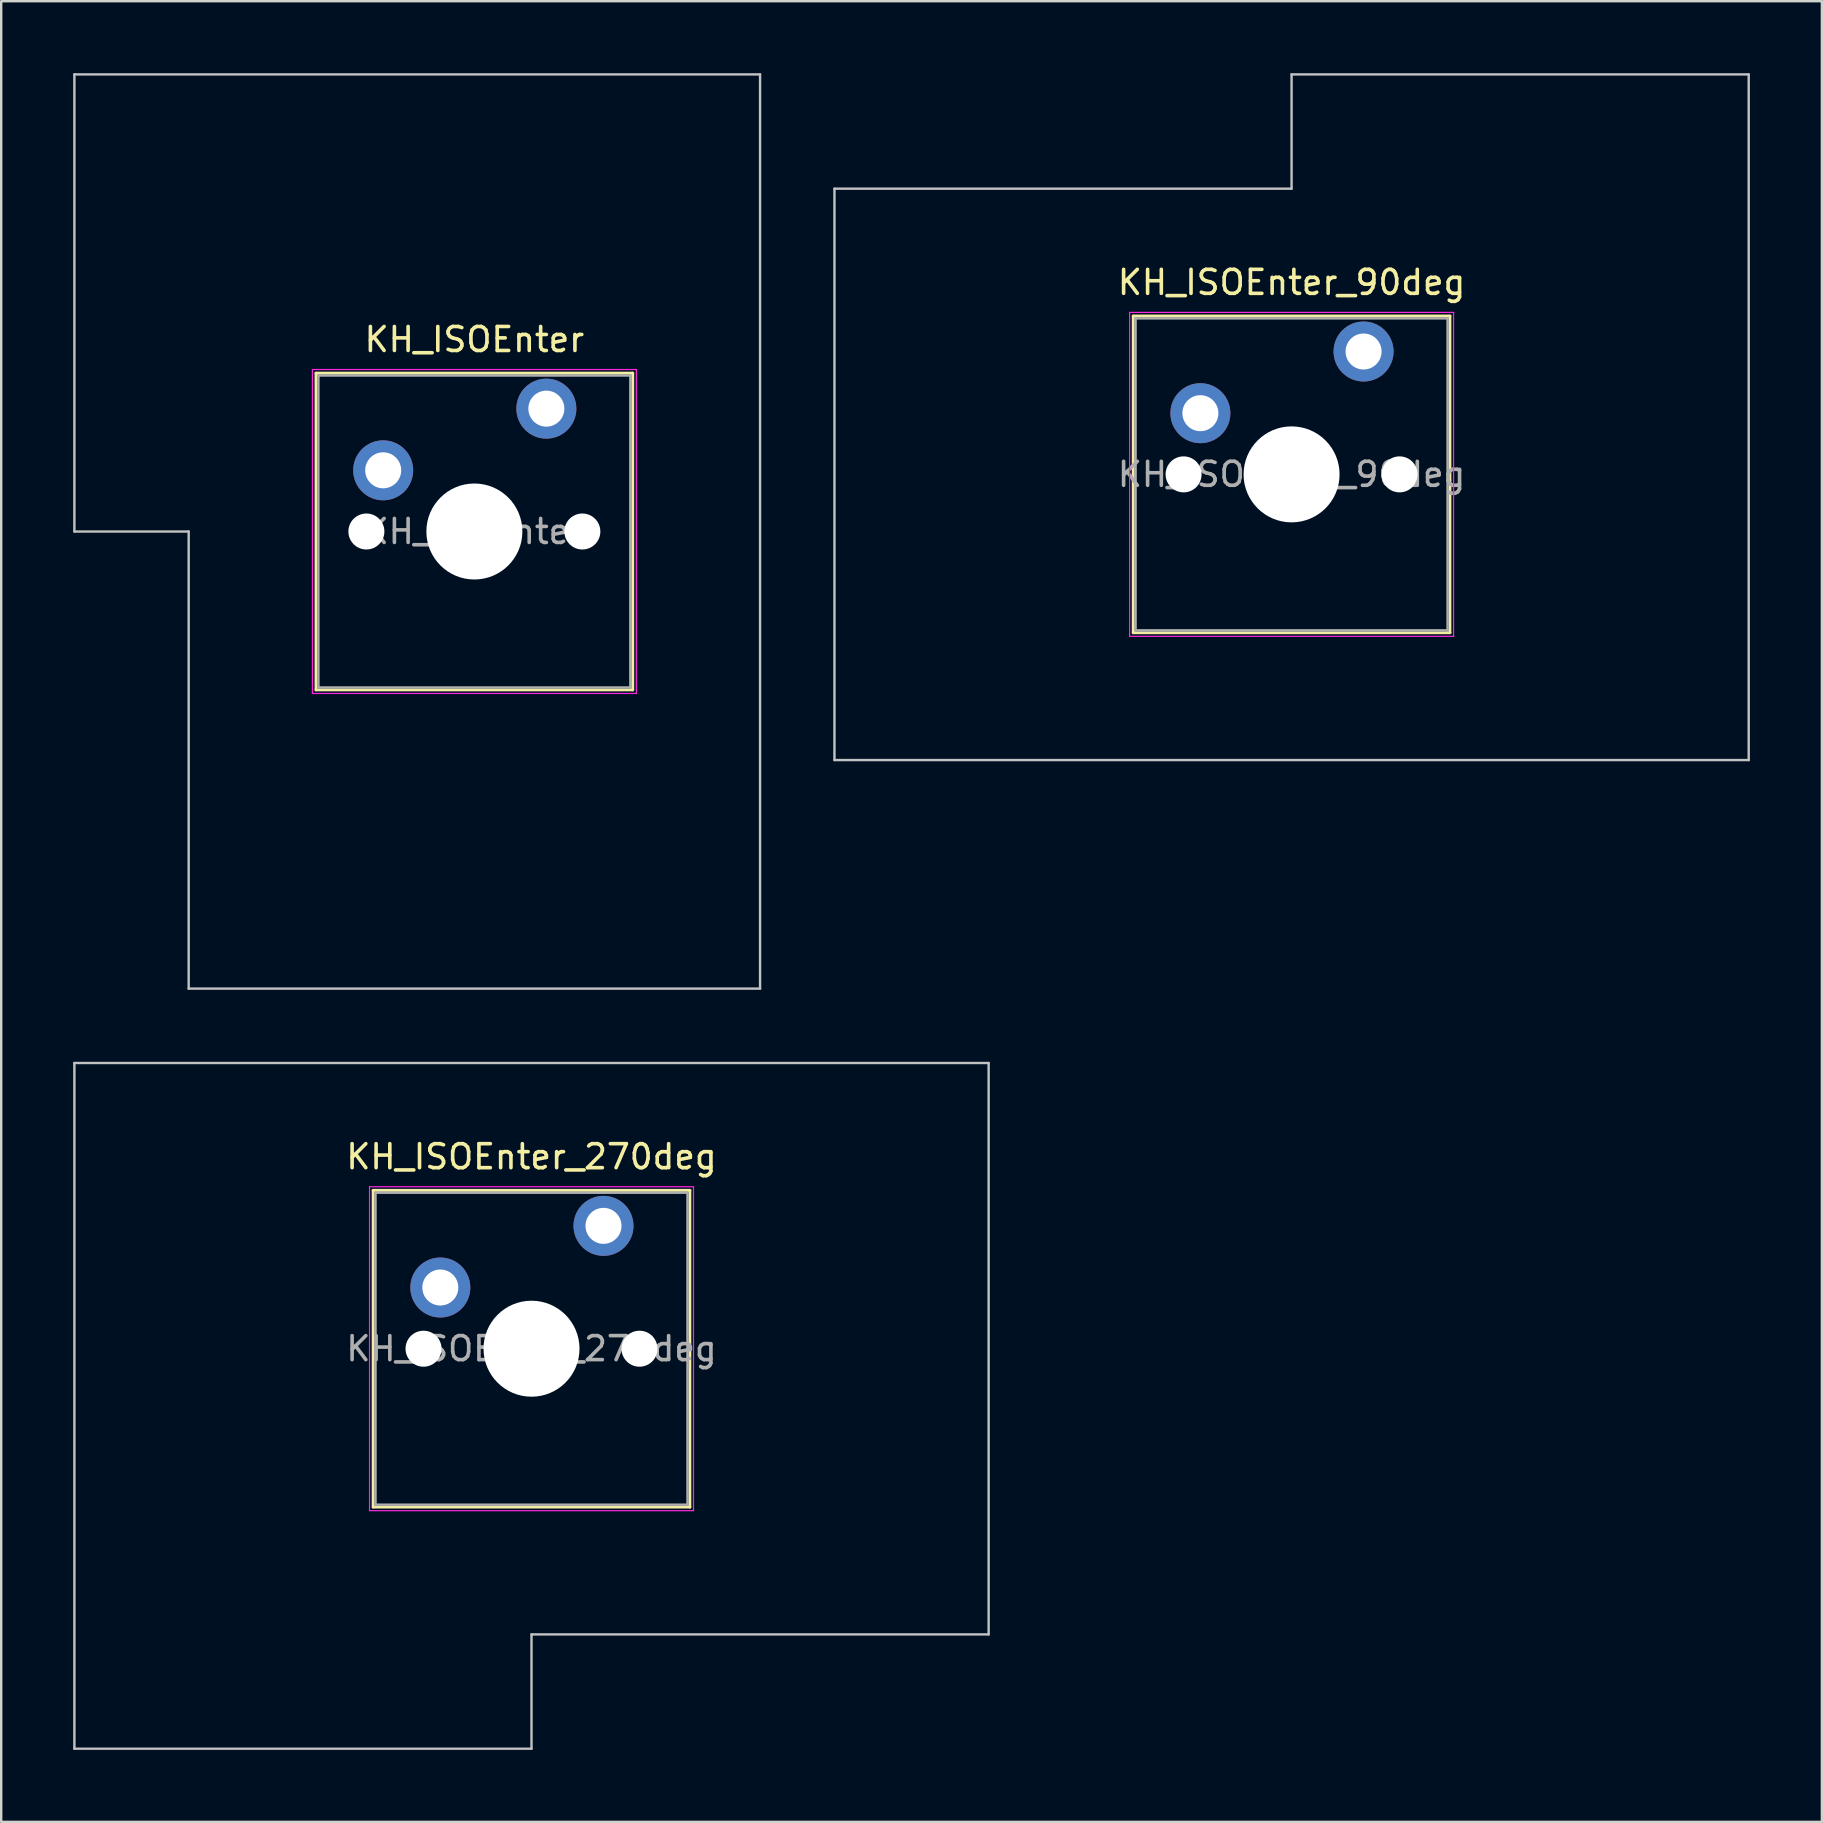
<source format=kicad_pcb>
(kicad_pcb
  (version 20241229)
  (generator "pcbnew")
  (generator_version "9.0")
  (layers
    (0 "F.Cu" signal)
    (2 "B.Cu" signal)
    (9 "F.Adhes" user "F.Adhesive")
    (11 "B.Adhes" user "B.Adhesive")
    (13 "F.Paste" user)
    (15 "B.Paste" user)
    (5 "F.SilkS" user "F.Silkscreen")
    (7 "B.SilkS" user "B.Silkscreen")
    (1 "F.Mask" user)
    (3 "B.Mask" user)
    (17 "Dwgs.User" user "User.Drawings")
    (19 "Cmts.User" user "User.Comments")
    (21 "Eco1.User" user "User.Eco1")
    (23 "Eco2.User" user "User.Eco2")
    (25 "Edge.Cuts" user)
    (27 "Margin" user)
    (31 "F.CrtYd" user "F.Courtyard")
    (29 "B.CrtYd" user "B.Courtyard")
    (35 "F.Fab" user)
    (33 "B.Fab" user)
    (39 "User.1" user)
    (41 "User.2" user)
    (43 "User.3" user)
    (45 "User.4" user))
  (footprint "KH_ISOEnter_90deg"
    (layer "F.Cu")
    (at 50.775 16.719)
    (property "Reference" "KH_ISOEnter_90deg" (at 0 -8 0) (layer "F.SilkS") (effects (font (size 1 1) (thickness 0.15))))
    (attr through_hole)
    (fp_line (start -6.6 -6.6) (end -6.6 6.6) (stroke (width 0.12) (type solid)) (layer "F.SilkS"))
    (fp_line (start -6.6 6.6) (end 6.6 6.6) (stroke (width 0.12) (type solid)) (layer "F.SilkS"))
    (fp_line (start 6.6 -6.6) (end -6.6 -6.6) (stroke (width 0.12) (type solid)) (layer "F.SilkS"))
    (fp_line (start 6.6 6.6) (end 6.6 -6.6) (stroke (width 0.12) (type solid)) (layer "F.SilkS"))
    (fp_line (start -19.05 -11.906) (end -19.05 11.906) (stroke (width 0.1) (type solid)) (layer "Dwgs.User"))
    (fp_line (start -19.05 11.906) (end 19.05 11.906) (stroke (width 0.1) (type solid)) (layer "Dwgs.User"))
    (fp_line (start 0 -16.669) (end 0 -11.906) (stroke (width 0.1) (type solid)) (layer "Dwgs.User"))
    (fp_line (start 0 -11.906) (end -19.05 -11.906) (stroke (width 0.1) (type solid)) (layer "Dwgs.User"))
    (fp_line (start 19.05 -16.669) (end 0 -16.669) (stroke (width 0.1) (type solid)) (layer "Dwgs.User"))
    (fp_line (start 19.05 11.906) (end 19.05 -16.669) (stroke (width 0.1) (type solid)) (layer "Dwgs.User"))
    (fp_line (start -6.1 -6.1) (end -6.1 6.1) (stroke (width 0.1) (type solid)) (layer "Eco1.User"))
    (fp_line (start -6.1 6.1) (end 6.1 6.1) (stroke (width 0.1) (type solid)) (layer "Eco1.User"))
    (fp_line (start 6.1 -6.1) (end -6.1 -6.1) (stroke (width 0.1) (type solid)) (layer "Eco1.User"))
    (fp_line (start 6.1 6.1) (end 6.1 -6.1) (stroke (width 0.1) (type solid)) (layer "Eco1.User"))
    (fp_line (start -6.75 -6.75) (end -6.75 6.75) (stroke (width 0.05) (type solid)) (layer "F.CrtYd"))
    (fp_line (start -6.75 6.75) (end 6.75 6.75) (stroke (width 0.05) (type solid)) (layer "F.CrtYd"))
    (fp_line (start 6.75 -6.75) (end -6.75 -6.75) (stroke (width 0.05) (type solid)) (layer "F.CrtYd"))
    (fp_line (start 6.75 6.75) (end 6.75 -6.75) (stroke (width 0.05) (type solid)) (layer "F.CrtYd"))
    (fp_line (start -6.5 -6.5) (end -6.5 6.5) (stroke (width 0.1) (type solid)) (layer "F.Fab"))
    (fp_line (start -6.5 6.5) (end 6.5 6.5) (stroke (width 0.1) (type solid)) (layer "F.Fab"))
    (fp_line (start 6.5 -6.5) (end -6.5 -6.5) (stroke (width 0.1) (type solid)) (layer "F.Fab"))
    (fp_line (start 6.5 6.5) (end 6.5 -6.5) (stroke (width 0.1) (type solid)) (layer "F.Fab"))
    (fp_text user "${REFERENCE}" (at 0 0 0) (layer "F.Fab") (effects (font (size 1 1) (thickness 0.15))))
    (pad "" np_thru_hole circle (at -4.5 0) (size 1.5 1.5) (drill 1.5) (layers "*.Cu" "*.Mask"))
    (pad "" np_thru_hole circle (at 0 0) (size 4 4) (drill 4) (layers "*.Cu" "*.Mask"))
    (pad "" np_thru_hole circle (at 4.5 0) (size 1.5 1.5) (drill 1.5) (layers "*.Cu" "*.Mask"))
    (pad "1" thru_hole circle (at -3.8 -2.55) (size 2.5 2.5) (drill 1.5) (layers "*.Cu" "*.Mask"))
    (pad "2" thru_hole circle (at 3 -5.12) (size 2.5 2.5) (drill 1.5) (layers "*.Cu" "*.Mask")))
  (footprint "KH_ISOEnter_270deg"
    (layer "F.Cu")
    (at 19.1 53.156)
    (property "Reference" "KH_ISOEnter_270deg" (at 0 -8 0) (layer "F.SilkS") (effects (font (size 1 1) (thickness 0.15))))
    (attr through_hole)
    (fp_line (start -6.6 -6.6) (end -6.6 6.6) (stroke (width 0.12) (type solid)) (layer "F.SilkS"))
    (fp_line (start -6.6 6.6) (end 6.6 6.6) (stroke (width 0.12) (type solid)) (layer "F.SilkS"))
    (fp_line (start 6.6 -6.6) (end -6.6 -6.6) (stroke (width 0.12) (type solid)) (layer "F.SilkS"))
    (fp_line (start 6.6 6.6) (end 6.6 -6.6) (stroke (width 0.12) (type solid)) (layer "F.SilkS"))
    (fp_line (start -19.05 -11.906) (end -19.05 16.669) (stroke (width 0.1) (type solid)) (layer "Dwgs.User"))
    (fp_line (start -19.05 16.669) (end 0 16.669) (stroke (width 0.1) (type solid)) (layer "Dwgs.User"))
    (fp_line (start 0 11.906) (end 19.05 11.906) (stroke (width 0.1) (type solid)) (layer "Dwgs.User"))
    (fp_line (start 0 16.669) (end 0 11.906) (stroke (width 0.1) (type solid)) (layer "Dwgs.User"))
    (fp_line (start 19.05 -11.906) (end -19.05 -11.906) (stroke (width 0.1) (type solid)) (layer "Dwgs.User"))
    (fp_line (start 19.05 11.906) (end 19.05 -11.906) (stroke (width 0.1) (type solid)) (layer "Dwgs.User"))
    (fp_line (start -6.1 -6.1) (end -6.1 6.1) (stroke (width 0.1) (type solid)) (layer "Eco1.User"))
    (fp_line (start -6.1 6.1) (end 6.1 6.1) (stroke (width 0.1) (type solid)) (layer "Eco1.User"))
    (fp_line (start 6.1 -6.1) (end -6.1 -6.1) (stroke (width 0.1) (type solid)) (layer "Eco1.User"))
    (fp_line (start 6.1 6.1) (end 6.1 -6.1) (stroke (width 0.1) (type solid)) (layer "Eco1.User"))
    (fp_line (start -6.75 -6.75) (end -6.75 6.75) (stroke (width 0.05) (type solid)) (layer "F.CrtYd"))
    (fp_line (start -6.75 6.75) (end 6.75 6.75) (stroke (width 0.05) (type solid)) (layer "F.CrtYd"))
    (fp_line (start 6.75 -6.75) (end -6.75 -6.75) (stroke (width 0.05) (type solid)) (layer "F.CrtYd"))
    (fp_line (start 6.75 6.75) (end 6.75 -6.75) (stroke (width 0.05) (type solid)) (layer "F.CrtYd"))
    (fp_line (start -6.5 -6.5) (end -6.5 6.5) (stroke (width 0.1) (type solid)) (layer "F.Fab"))
    (fp_line (start -6.5 6.5) (end 6.5 6.5) (stroke (width 0.1) (type solid)) (layer "F.Fab"))
    (fp_line (start 6.5 -6.5) (end -6.5 -6.5) (stroke (width 0.1) (type solid)) (layer "F.Fab"))
    (fp_line (start 6.5 6.5) (end 6.5 -6.5) (stroke (width 0.1) (type solid)) (layer "F.Fab"))
    (fp_text user "${REFERENCE}" (at 0 0 0) (layer "F.Fab") (effects (font (size 1 1) (thickness 0.15))))
    (pad "" np_thru_hole circle (at -4.5 0) (size 1.5 1.5) (drill 1.5) (layers "*.Cu" "*.Mask"))
    (pad "" np_thru_hole circle (at 0 0) (size 4 4) (drill 4) (layers "*.Cu" "*.Mask"))
    (pad "" np_thru_hole circle (at 4.5 0) (size 1.5 1.5) (drill 1.5) (layers "*.Cu" "*.Mask"))
    (pad "1" thru_hole circle (at -3.8 -2.55) (size 2.5 2.5) (drill 1.5) (layers "*.Cu" "*.Mask"))
    (pad "2" thru_hole circle (at 3 -5.12) (size 2.5 2.5) (drill 1.5) (layers "*.Cu" "*.Mask")))
  (footprint "KH_ISOEnter"
    (layer "F.Cu")
    (at 16.719 19.1)
    (property "Reference" "KH_ISOEnter" (at 0 -8 0) (layer "F.SilkS") (effects (font (size 1 1) (thickness 0.15))))
    (attr through_hole)
    (fp_line (start -6.6 -6.6) (end -6.6 6.6) (stroke (width 0.12) (type solid)) (layer "F.SilkS"))
    (fp_line (start -6.6 6.6) (end 6.6 6.6) (stroke (width 0.12) (type solid)) (layer "F.SilkS"))
    (fp_line (start 6.6 -6.6) (end -6.6 -6.6) (stroke (width 0.12) (type solid)) (layer "F.SilkS"))
    (fp_line (start 6.6 6.6) (end 6.6 -6.6) (stroke (width 0.12) (type solid)) (layer "F.SilkS"))
    (fp_line (start -16.669 -19.05) (end -16.669 0) (stroke (width 0.1) (type solid)) (layer "Dwgs.User"))
    (fp_line (start -16.669 0) (end -11.906 0) (stroke (width 0.1) (type solid)) (layer "Dwgs.User"))
    (fp_line (start -11.906 0) (end -11.906 19.05) (stroke (width 0.1) (type solid)) (layer "Dwgs.User"))
    (fp_line (start -11.906 19.05) (end 11.906 19.05) (stroke (width 0.1) (type solid)) (layer "Dwgs.User"))
    (fp_line (start 11.906 -19.05) (end -16.669 -19.05) (stroke (width 0.1) (type solid)) (layer "Dwgs.User"))
    (fp_line (start 11.906 19.05) (end 11.906 -19.05) (stroke (width 0.1) (type solid)) (layer "Dwgs.User"))
    (fp_line (start -6.1 -6.1) (end -6.1 6.1) (stroke (width 0.1) (type solid)) (layer "Eco1.User"))
    (fp_line (start -6.1 6.1) (end 6.1 6.1) (stroke (width 0.1) (type solid)) (layer "Eco1.User"))
    (fp_line (start 6.1 -6.1) (end -6.1 -6.1) (stroke (width 0.1) (type solid)) (layer "Eco1.User"))
    (fp_line (start 6.1 6.1) (end 6.1 -6.1) (stroke (width 0.1) (type solid)) (layer "Eco1.User"))
    (fp_line (start -6.75 -6.75) (end -6.75 6.75) (stroke (width 0.05) (type solid)) (layer "F.CrtYd"))
    (fp_line (start -6.75 6.75) (end 6.75 6.75) (stroke (width 0.05) (type solid)) (layer "F.CrtYd"))
    (fp_line (start 6.75 -6.75) (end -6.75 -6.75) (stroke (width 0.05) (type solid)) (layer "F.CrtYd"))
    (fp_line (start 6.75 6.75) (end 6.75 -6.75) (stroke (width 0.05) (type solid)) (layer "F.CrtYd"))
    (fp_line (start -6.5 -6.5) (end -6.5 6.5) (stroke (width 0.1) (type solid)) (layer "F.Fab"))
    (fp_line (start -6.5 6.5) (end 6.5 6.5) (stroke (width 0.1) (type solid)) (layer "F.Fab"))
    (fp_line (start 6.5 -6.5) (end -6.5 -6.5) (stroke (width 0.1) (type solid)) (layer "F.Fab"))
    (fp_line (start 6.5 6.5) (end 6.5 -6.5) (stroke (width 0.1) (type solid)) (layer "F.Fab"))
    (fp_text user "${REFERENCE}" (at 0 0 0) (layer "F.Fab") (effects (font (size 1 1) (thickness 0.15))))
    (pad "" np_thru_hole circle (at -4.5 0) (size 1.5 1.5) (drill 1.5) (layers "*.Cu" "*.Mask"))
    (pad "" np_thru_hole circle (at 0 0) (size 4 4) (drill 4) (layers "*.Cu" "*.Mask"))
    (pad "" np_thru_hole circle (at 4.5 0) (size 1.5 1.5) (drill 1.5) (layers "*.Cu" "*.Mask"))
    (pad "1" thru_hole circle (at -3.8 -2.55) (size 2.5 2.5) (drill 1.5) (layers "*.Cu" "*.Mask"))
    (pad "2" thru_hole circle (at 3 -5.12) (size 2.5 2.5) (drill 1.5) (layers "*.Cu" "*.Mask")))
  (gr_rect
    (start -3 -3)
    (end 72.875 72.875)
    (stroke (width 0.1) (type default))
    (fill no)
    (layer "Edge.Cuts")))
</source>
